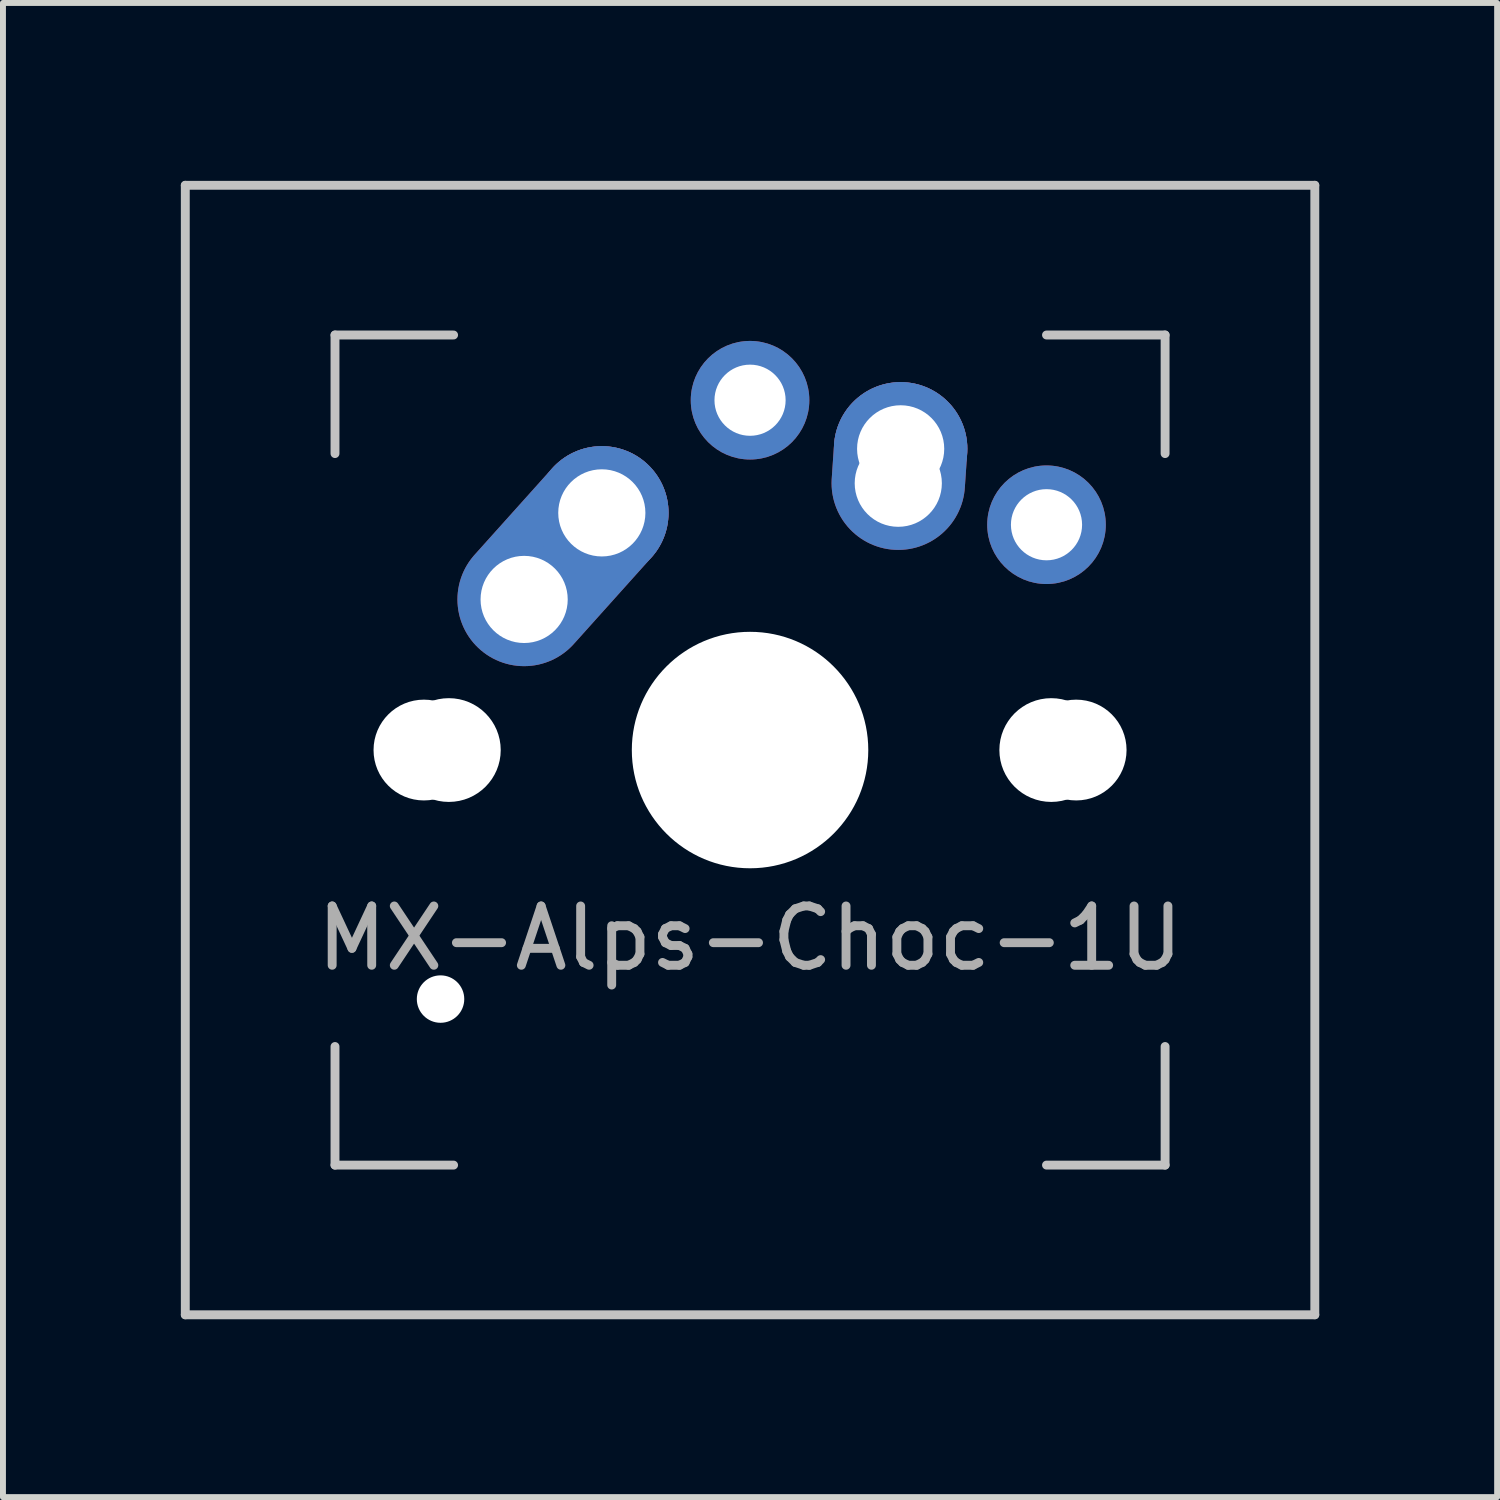
<source format=kicad_pcb>
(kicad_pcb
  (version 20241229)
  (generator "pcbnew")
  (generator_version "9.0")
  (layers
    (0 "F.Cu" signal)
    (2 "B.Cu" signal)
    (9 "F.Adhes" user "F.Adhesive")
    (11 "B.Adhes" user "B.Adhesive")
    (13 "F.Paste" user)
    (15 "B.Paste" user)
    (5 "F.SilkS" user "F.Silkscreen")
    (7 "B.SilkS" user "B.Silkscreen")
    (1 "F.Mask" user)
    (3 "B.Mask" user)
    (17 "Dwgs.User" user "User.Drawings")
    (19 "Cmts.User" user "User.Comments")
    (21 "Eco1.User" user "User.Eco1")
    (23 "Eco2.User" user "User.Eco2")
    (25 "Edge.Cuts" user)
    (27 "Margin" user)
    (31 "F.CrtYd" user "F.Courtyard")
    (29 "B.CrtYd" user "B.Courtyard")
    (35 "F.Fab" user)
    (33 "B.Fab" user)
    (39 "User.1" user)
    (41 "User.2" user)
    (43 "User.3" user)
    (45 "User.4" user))
  (footprint "MX-Alps-Choc-1U"
    (layer "F.Cu")
    (at 9.6 9.6)
    (property "Reference" "MX-Alps-Choc-1U" (at 0 3.175 0) (layer "F.Fab") (effects (font (size 1 1) (thickness 0.15))))
    (attr through_hole)
    (fp_line (start -9.525 -9.525) (end 9.525 -9.525) (stroke (width 0.15) (type solid)) (layer "Dwgs.User"))
    (fp_line (start -9.525 9.525) (end -9.525 -9.525) (stroke (width 0.15) (type solid)) (layer "Dwgs.User"))
    (fp_line (start -7 -7) (end -7 -5) (stroke (width 0.15) (type solid)) (layer "Dwgs.User"))
    (fp_line (start -7 5) (end -7 7) (stroke (width 0.15) (type solid)) (layer "Dwgs.User"))
    (fp_line (start -7 7) (end -5 7) (stroke (width 0.15) (type solid)) (layer "Dwgs.User"))
    (fp_line (start -5 -7) (end -7 -7) (stroke (width 0.15) (type solid)) (layer "Dwgs.User"))
    (fp_line (start 5 -7) (end 7 -7) (stroke (width 0.15) (type solid)) (layer "Dwgs.User"))
    (fp_line (start 5 7) (end 7 7) (stroke (width 0.15) (type solid)) (layer "Dwgs.User"))
    (fp_line (start 7 -7) (end 7 -5) (stroke (width 0.15) (type solid)) (layer "Dwgs.User"))
    (fp_line (start 7 7) (end 7 5) (stroke (width 0.15) (type solid)) (layer "Dwgs.User"))
    (fp_line (start 9.525 -9.525) (end 9.525 9.525) (stroke (width 0.15) (type solid)) (layer "Dwgs.User"))
    (fp_line (start 9.525 9.525) (end -9.525 9.525) (stroke (width 0.15) (type solid)) (layer "Dwgs.User"))
    (pad "" np_thru_hole circle (at -5.5 0 48.1) (size 1.7 1.7) (drill 1.7) (layers "*.Cu" "*.Mask"))
    (pad "" np_thru_hole circle (at -5.22 4.2 48.1) (size 0.8 0.8) (drill 0.8) (layers "*.Cu" "*.Mask"))
    (pad "" np_thru_hole circle (at -5.08 0 48.1) (size 1.75 1.75) (drill 1.75) (layers "*.Cu" "*.Mask"))
    (pad "" np_thru_hole circle (at 0 0) (size 3.988 3.988) (drill 3.988) (layers "*.Cu" "*.Mask"))
    (pad "" np_thru_hole circle (at 5.08 0 48.1) (size 1.75 1.75) (drill 1.75) (layers "*.Cu" "*.Mask"))
    (pad "" np_thru_hole circle (at 5.5 0 48.1) (size 1.7 1.7) (drill 1.7) (layers "*.Cu" "*.Mask"))
    (pad "1" thru_hole oval (at -3.81 -2.54 48.1) (size 4.212 2.25) (drill 1.47 (offset 0.981 0)) (layers "*.Cu" "*.Mask"))
    (pad "1" thru_hole circle (at -2.5 -4) (size 2.25 2.25) (drill 1.47) (layers "*.Cu" "*.Mask"))
    (pad "1" thru_hole circle (at 0 -5.9) (size 2 2) (drill 1.2) (layers "*.Cu" "*.Mask"))
    (pad "2" thru_hole oval (at 2.5 -4.5 86.1) (size 2.831 2.25) (drill 1.47 (offset 0.291 0)) (layers "*.Cu" "*.Mask"))
    (pad "2" thru_hole circle (at 2.54 -5.08) (size 2.25 2.25) (drill 1.47) (layers "*.Cu" "*.Mask"))
    (pad "2" thru_hole circle (at 5 -3.8) (size 2 2) (drill 1.2) (layers "*.Cu" "*.Mask")))
  (gr_rect
    (start -3 -3)
    (end 22.2 22.2)
    (stroke (width 0.1) (type default))
    (fill no)
    (layer "Edge.Cuts")))
</source>
